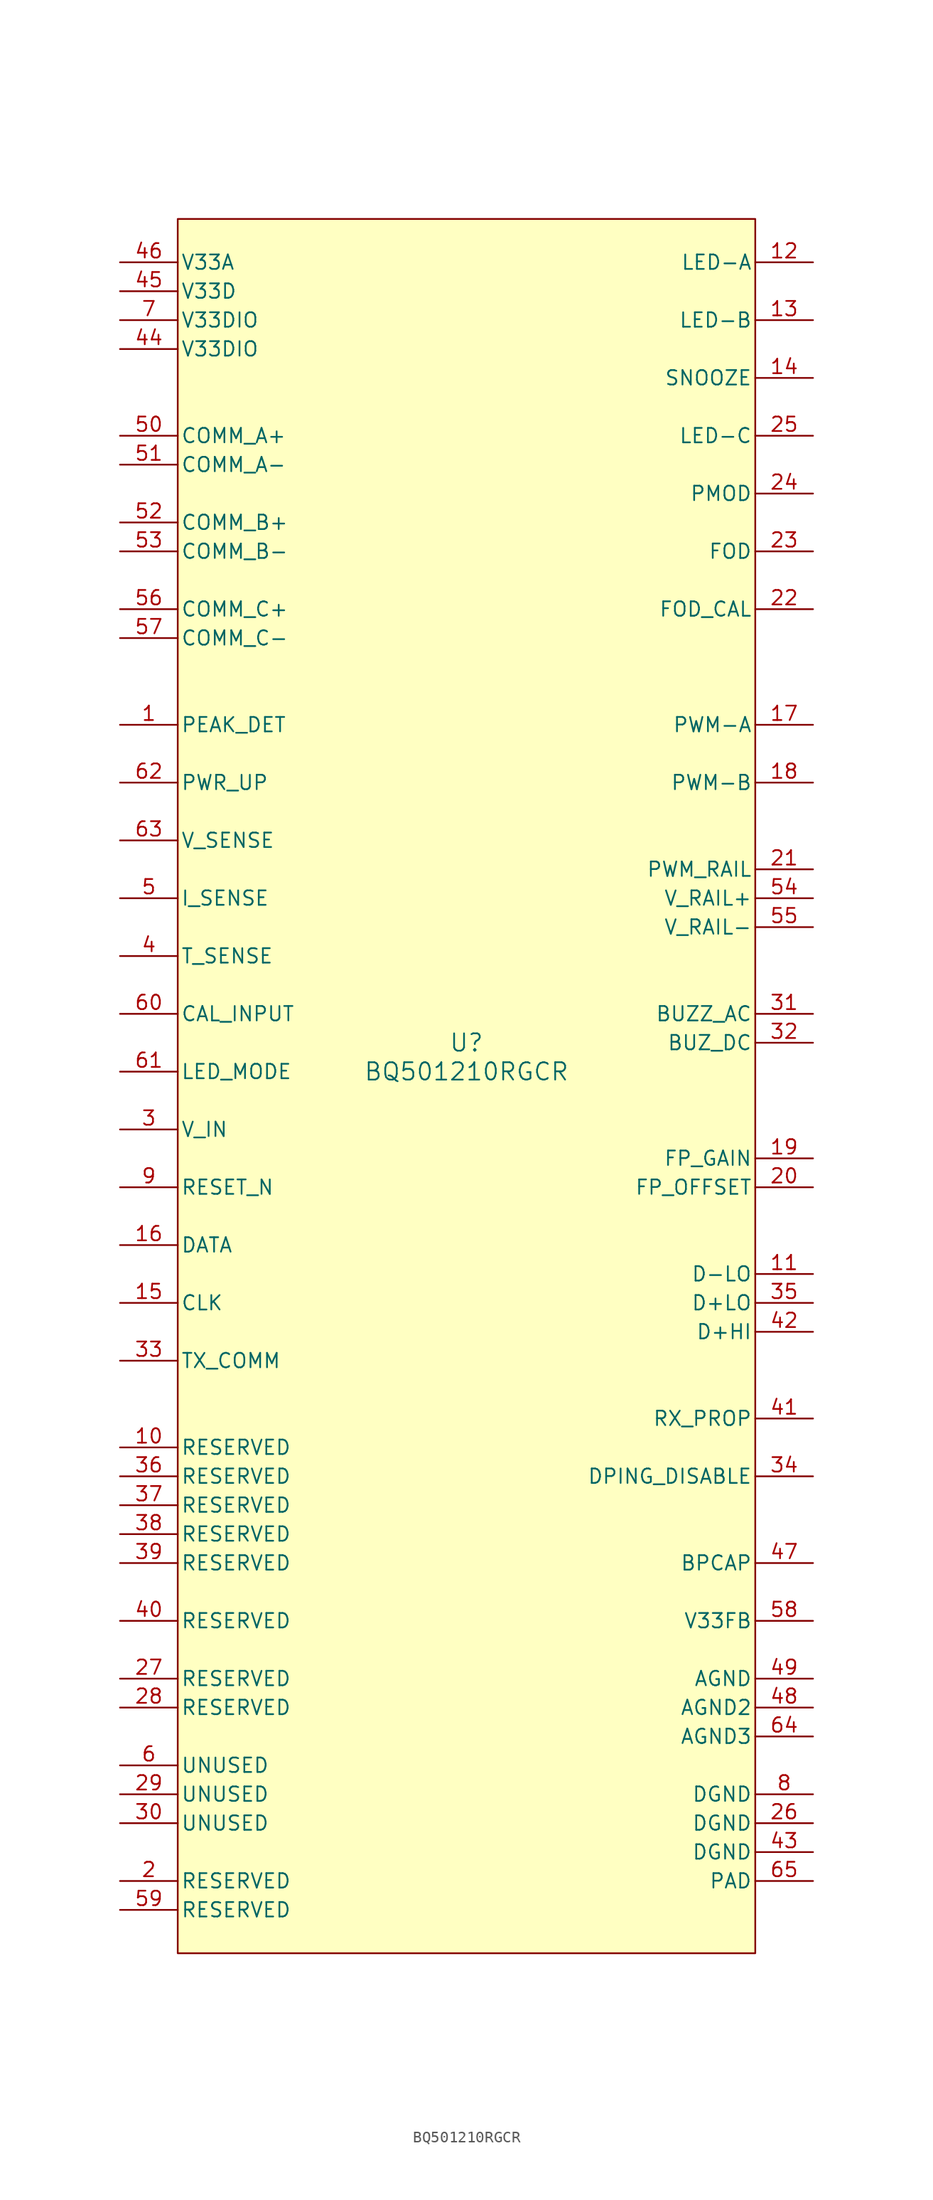
<source format=kicad_sym>
(kicad_symbol_lib
  (version 20220914)
  (generator kicad_symbol_editor)
  (symbol "BQ501210RGCR"
    (pin_names
      (offset 0.254))
    (property "Reference" "U"
      (at 0 2.54 0)
      (effects (font (size 1.524 1.524))))
    (property "Value" "BQ501210RGCR"
      (at 0 0 0)
      (effects (font (size 1.524 1.524))))
    (symbol "BQ501210RGCR_0_1"
      (pin input line (at -30.48 30.48 0) (length 5.08) (name "PEAK_DET" (effects (font (size 1.27 1.27)))) (number "1" (effects (font (size 1.27 1.27)))))
      (pin unspecified line (at -30.48 -33.02 0) (length 5.08) (name "RESERVED" (effects (font (size 1.27 1.27)))) (number "10" (effects (font (size 1.27 1.27)))))
      (pin output line (at 30.48 -17.78 180) (length 5.08) (name "D-LO" (effects (font (size 1.27 1.27)))) (number "11" (effects (font (size 1.27 1.27)))))
      (pin output line (at 30.48 71.12 180) (length 5.08) (name "LED-A" (effects (font (size 1.27 1.27)))) (number "12" (effects (font (size 1.27 1.27)))))
      (pin output line (at 30.48 66.04 180) (length 5.08) (name "LED-B" (effects (font (size 1.27 1.27)))) (number "13" (effects (font (size 1.27 1.27)))))
      (pin output line (at 30.48 60.96 180) (length 5.08) (name "SNOOZE" (effects (font (size 1.27 1.27)))) (number "14" (effects (font (size 1.27 1.27)))))
      (pin input line (at -30.48 -20.32 0) (length 5.08) (name "CLK" (effects (font (size 1.27 1.27)))) (number "15" (effects (font (size 1.27 1.27)))))
      (pin bidirectional line (at -30.48 -15.24 0) (length 5.08) (name "DATA" (effects (font (size 1.27 1.27)))) (number "16" (effects (font (size 1.27 1.27)))))
      (pin output line (at 30.48 30.48 180) (length 5.08) (name "PWM-A" (effects (font (size 1.27 1.27)))) (number "17" (effects (font (size 1.27 1.27)))))
      (pin output line (at 30.48 25.4 180) (length 5.08) (name "PWM-B" (effects (font (size 1.27 1.27)))) (number "18" (effects (font (size 1.27 1.27)))))
      (pin input line (at 30.48 -7.62 180) (length 5.08) (name "FP_GAIN" (effects (font (size 1.27 1.27)))) (number "19" (effects (font (size 1.27 1.27)))))
      (pin unspecified line (at -30.48 -71.12 0) (length 5.08) (name "RESERVED" (effects (font (size 1.27 1.27)))) (number "2" (effects (font (size 1.27 1.27)))))
      (pin input line (at 30.48 -10.16 180) (length 5.08) (name "FP_OFFSET" (effects (font (size 1.27 1.27)))) (number "20" (effects (font (size 1.27 1.27)))))
      (pin output line (at 30.48 17.78 180) (length 5.08) (name "PWM_RAIL" (effects (font (size 1.27 1.27)))) (number "21" (effects (font (size 1.27 1.27)))))
      (pin input line (at 30.48 40.64 180) (length 5.08) (name "FOD_CAL" (effects (font (size 1.27 1.27)))) (number "22" (effects (font (size 1.27 1.27)))))
      (pin input line (at 30.48 45.72 180) (length 5.08) (name "FOD" (effects (font (size 1.27 1.27)))) (number "23" (effects (font (size 1.27 1.27)))))
      (pin input line (at 30.48 50.8 180) (length 5.08) (name "PMOD" (effects (font (size 1.27 1.27)))) (number "24" (effects (font (size 1.27 1.27)))))
      (pin output line (at 30.48 55.88 180) (length 5.08) (name "LED-C" (effects (font (size 1.27 1.27)))) (number "25" (effects (font (size 1.27 1.27)))))
      (pin power_in line (at 30.48 -66.04 180) (length 5.08) (name "DGND" (effects (font (size 1.27 1.27)))) (number "26" (effects (font (size 1.27 1.27)))))
      (pin unspecified line (at -30.48 -53.34 0) (length 5.08) (name "RESERVED" (effects (font (size 1.27 1.27)))) (number "27" (effects (font (size 1.27 1.27)))))
      (pin unspecified line (at -30.48 -55.88 0) (length 5.08) (name "RESERVED" (effects (font (size 1.27 1.27)))) (number "28" (effects (font (size 1.27 1.27)))))
      (pin unspecified line (at -30.48 -63.5 0) (length 5.08) (name "UNUSED" (effects (font (size 1.27 1.27)))) (number "29" (effects (font (size 1.27 1.27)))))
      (pin input line (at -30.48 -5.08 0) (length 5.08) (name "V_IN" (effects (font (size 1.27 1.27)))) (number "3" (effects (font (size 1.27 1.27)))))
      (pin unspecified line (at -30.48 -66.04 0) (length 5.08) (name "UNUSED" (effects (font (size 1.27 1.27)))) (number "30" (effects (font (size 1.27 1.27)))))
      (pin output line (at 30.48 5.08 180) (length 5.08) (name "BUZZ_AC" (effects (font (size 1.27 1.27)))) (number "31" (effects (font (size 1.27 1.27)))))
      (pin output line (at 30.48 2.54 180) (length 5.08) (name "BUZ_DC" (effects (font (size 1.27 1.27)))) (number "32" (effects (font (size 1.27 1.27)))))
      (pin input line (at -30.48 -25.4 0) (length 5.08) (name "TX_COMM" (effects (font (size 1.27 1.27)))) (number "33" (effects (font (size 1.27 1.27)))))
      (pin input line (at 30.48 -35.56 180) (length 5.08) (name "DPING_DISABLE" (effects (font (size 1.27 1.27)))) (number "34" (effects (font (size 1.27 1.27)))))
      (pin output line (at 30.48 -20.32 180) (length 5.08) (name "D+LO" (effects (font (size 1.27 1.27)))) (number "35" (effects (font (size 1.27 1.27)))))
      (pin unspecified line (at -30.48 -35.56 0) (length 5.08) (name "RESERVED" (effects (font (size 1.27 1.27)))) (number "36" (effects (font (size 1.27 1.27)))))
      (pin unspecified line (at -30.48 -38.1 0) (length 5.08) (name "RESERVED" (effects (font (size 1.27 1.27)))) (number "37" (effects (font (size 1.27 1.27)))))
      (pin unspecified line (at -30.48 -40.64 0) (length 5.08) (name "RESERVED" (effects (font (size 1.27 1.27)))) (number "38" (effects (font (size 1.27 1.27)))))
      (pin unspecified line (at -30.48 -43.18 0) (length 5.08) (name "RESERVED" (effects (font (size 1.27 1.27)))) (number "39" (effects (font (size 1.27 1.27)))))
      (pin input line (at -30.48 10.16 0) (length 5.08) (name "T_SENSE" (effects (font (size 1.27 1.27)))) (number "4" (effects (font (size 1.27 1.27)))))
      (pin unspecified line (at -30.48 -48.26 0) (length 5.08) (name "RESERVED" (effects (font (size 1.27 1.27)))) (number "40" (effects (font (size 1.27 1.27)))))
      (pin output line (at 30.48 -30.48 180) (length 5.08) (name "RX_PROP" (effects (font (size 1.27 1.27)))) (number "41" (effects (font (size 1.27 1.27)))))
      (pin output line (at 30.48 -22.86 180) (length 5.08) (name "D+HI" (effects (font (size 1.27 1.27)))) (number "42" (effects (font (size 1.27 1.27)))))
      (pin power_in line (at 30.48 -68.58 180) (length 5.08) (name "DGND" (effects (font (size 1.27 1.27)))) (number "43" (effects (font (size 1.27 1.27)))))
      (pin power_in line (at -30.48 63.5 0) (length 5.08) (name "V33DIO" (effects (font (size 1.27 1.27)))) (number "44" (effects (font (size 1.27 1.27)))))
      (pin power_in line (at -30.48 68.58 0) (length 5.08) (name "V33D" (effects (font (size 1.27 1.27)))) (number "45" (effects (font (size 1.27 1.27)))))
      (pin power_in line (at -30.48 71.12 0) (length 5.08) (name "V33A" (effects (font (size 1.27 1.27)))) (number "46" (effects (font (size 1.27 1.27)))))
      (pin unspecified line (at 30.48 -43.18 180) (length 5.08) (name "BPCAP" (effects (font (size 1.27 1.27)))) (number "47" (effects (font (size 1.27 1.27)))))
      (pin power_in line (at 30.48 -55.88 180) (length 5.08) (name "AGND2" (effects (font (size 1.27 1.27)))) (number "48" (effects (font (size 1.27 1.27)))))
      (pin power_in line (at 30.48 -53.34 180) (length 5.08) (name "AGND" (effects (font (size 1.27 1.27)))) (number "49" (effects (font (size 1.27 1.27)))))
      (pin input line (at -30.48 15.24 0) (length 5.08) (name "I_SENSE" (effects (font (size 1.27 1.27)))) (number "5" (effects (font (size 1.27 1.27)))))
      (pin input line (at -30.48 55.88 0) (length 5.08) (name "COMM_A+" (effects (font (size 1.27 1.27)))) (number "50" (effects (font (size 1.27 1.27)))))
      (pin input line (at -30.48 53.34 0) (length 5.08) (name "COMM_A-" (effects (font (size 1.27 1.27)))) (number "51" (effects (font (size 1.27 1.27)))))
      (pin input line (at -30.48 48.26 0) (length 5.08) (name "COMM_B+" (effects (font (size 1.27 1.27)))) (number "52" (effects (font (size 1.27 1.27)))))
      (pin input line (at -30.48 45.72 0) (length 5.08) (name "COMM_B-" (effects (font (size 1.27 1.27)))) (number "53" (effects (font (size 1.27 1.27)))))
      (pin input line (at 30.48 15.24 180) (length 5.08) (name "V_RAIL+" (effects (font (size 1.27 1.27)))) (number "54" (effects (font (size 1.27 1.27)))))
      (pin input line (at 30.48 12.7 180) (length 5.08) (name "V_RAIL-" (effects (font (size 1.27 1.27)))) (number "55" (effects (font (size 1.27 1.27)))))
      (pin input line (at -30.48 40.64 0) (length 5.08) (name "COMM_C+" (effects (font (size 1.27 1.27)))) (number "56" (effects (font (size 1.27 1.27)))))
      (pin input line (at -30.48 38.1 0) (length 5.08) (name "COMM_C-" (effects (font (size 1.27 1.27)))) (number "57" (effects (font (size 1.27 1.27)))))
      (pin unspecified line (at 30.48 -48.26 180) (length 5.08) (name "V33FB" (effects (font (size 1.27 1.27)))) (number "58" (effects (font (size 1.27 1.27)))))
      (pin unspecified line (at -30.48 -73.66 0) (length 5.08) (name "RESERVED" (effects (font (size 1.27 1.27)))) (number "59" (effects (font (size 1.27 1.27)))))
      (pin unspecified line (at -30.48 -60.96 0) (length 5.08) (name "UNUSED" (effects (font (size 1.27 1.27)))) (number "6" (effects (font (size 1.27 1.27)))))
      (pin input line (at -30.48 5.08 0) (length 5.08) (name "CAL_INPUT" (effects (font (size 1.27 1.27)))) (number "60" (effects (font (size 1.27 1.27)))))
      (pin input line (at -30.48 0 0) (length 5.08) (name "LED_MODE" (effects (font (size 1.27 1.27)))) (number "61" (effects (font (size 1.27 1.27)))))
      (pin input line (at -30.48 25.4 0) (length 5.08) (name "PWR_UP" (effects (font (size 1.27 1.27)))) (number "62" (effects (font (size 1.27 1.27)))))
      (pin input line (at -30.48 20.32 0) (length 5.08) (name "V_SENSE" (effects (font (size 1.27 1.27)))) (number "63" (effects (font (size 1.27 1.27)))))
      (pin power_in line (at 30.48 -58.42 180) (length 5.08) (name "AGND3" (effects (font (size 1.27 1.27)))) (number "64" (effects (font (size 1.27 1.27)))))
      (pin power_in line (at 30.48 -71.12 180) (length 5.08) (name "PAD" (effects (font (size 1.27 1.27)))) (number "65" (effects (font (size 1.27 1.27)))))
      (pin power_in line (at -30.48 66.04 0) (length 5.08) (name "V33DIO" (effects (font (size 1.27 1.27)))) (number "7" (effects (font (size 1.27 1.27)))))
      (pin power_in line (at 30.48 -63.5 180) (length 5.08) (name "DGND" (effects (font (size 1.27 1.27)))) (number "8" (effects (font (size 1.27 1.27)))))
      (pin input line (at -30.48 -10.16 0) (length 5.08) (name "RESET_N" (effects (font (size 1.27 1.27)))) (number "9" (effects (font (size 1.27 1.27))))))
    (symbol "BQ501210RGCR_1_1"
      (rectangle (start -25.4 74.93) (end 25.4 -77.47) (stroke (width 0) (type default)) (fill (type background))))))
</source>
